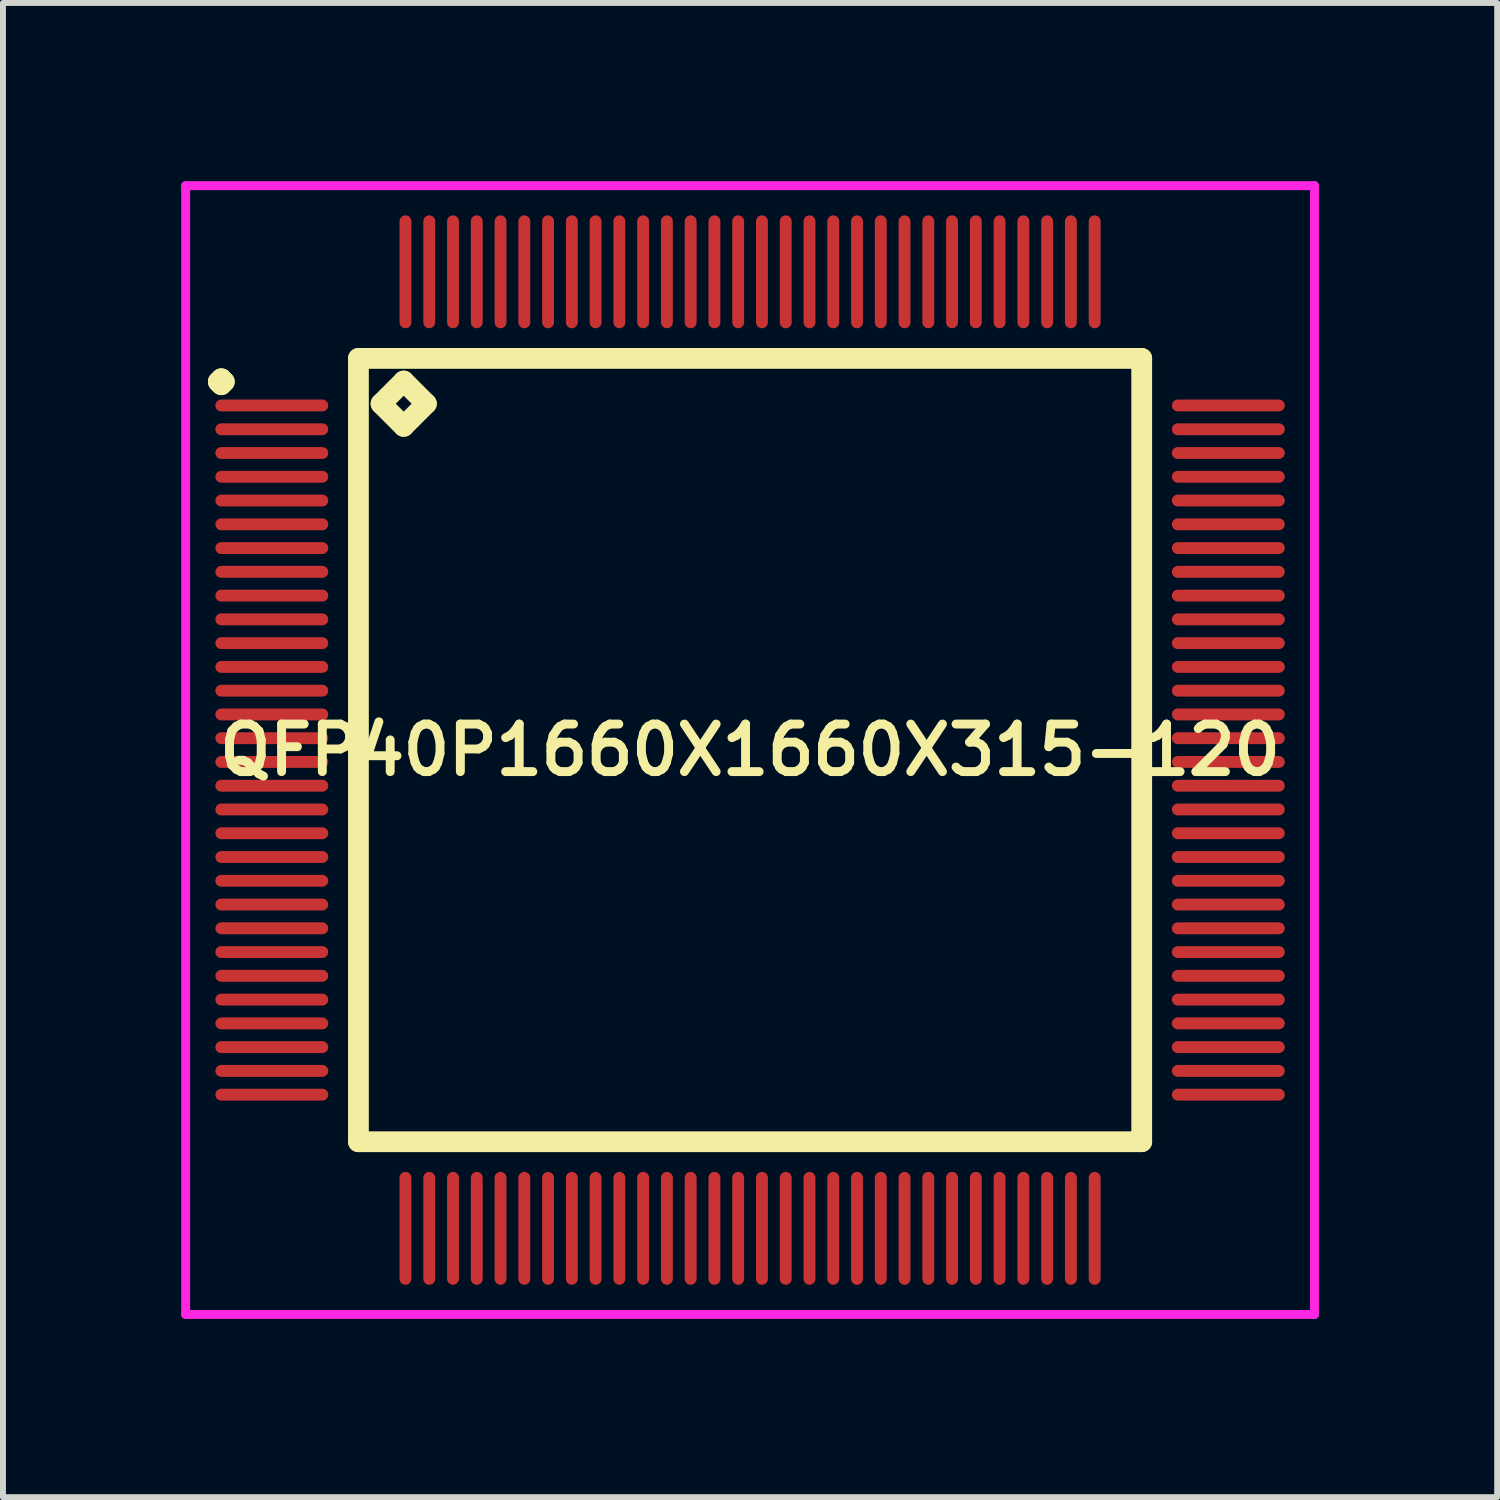
<source format=kicad_pcb>
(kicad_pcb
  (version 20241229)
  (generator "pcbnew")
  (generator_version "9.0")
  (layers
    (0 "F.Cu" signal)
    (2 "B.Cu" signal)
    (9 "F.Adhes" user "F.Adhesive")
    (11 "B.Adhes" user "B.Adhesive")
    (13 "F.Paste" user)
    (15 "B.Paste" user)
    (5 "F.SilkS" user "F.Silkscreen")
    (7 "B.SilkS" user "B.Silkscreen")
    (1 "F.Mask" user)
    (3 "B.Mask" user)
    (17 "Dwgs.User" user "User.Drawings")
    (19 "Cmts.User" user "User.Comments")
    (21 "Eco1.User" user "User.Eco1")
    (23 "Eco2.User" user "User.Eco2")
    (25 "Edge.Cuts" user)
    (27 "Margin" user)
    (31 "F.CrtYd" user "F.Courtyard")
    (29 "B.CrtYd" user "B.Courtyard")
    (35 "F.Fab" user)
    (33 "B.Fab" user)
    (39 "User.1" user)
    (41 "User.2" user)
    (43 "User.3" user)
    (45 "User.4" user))
  (footprint "QFP40P1660X1660X315-120"
    (layer "F.Cu")
    (at 9.575 9.575)
    (property "Reference" "QFP40P1660X1660X315-120" (at 0 0 0) (layer "F.SilkS") (effects (font (size 0.8 0.8) (thickness 0.15))))
    (attr smd)
    (fp_line (start -8.95 -6.2) (end -8.9 -6.25) (stroke (width 0.35) (type solid)) (layer "F.SilkS"))
    (fp_line (start -8.9 -6.25) (end -8.85 -6.2) (stroke (width 0.35) (type solid)) (layer "F.SilkS"))
    (fp_line (start -8.9 -6.15) (end -8.95 -6.2) (stroke (width 0.35) (type solid)) (layer "F.SilkS"))
    (fp_line (start -8.85 -6.2) (end -8.9 -6.15) (stroke (width 0.35) (type solid)) (layer "F.SilkS"))
    (fp_line (start -6.592 -6.592) (end -6.592 6.592) (stroke (width 0.35) (type solid)) (layer "F.SilkS"))
    (fp_line (start -6.592 6.592) (end 6.592 6.592) (stroke (width 0.35) (type solid)) (layer "F.SilkS"))
    (fp_line (start -6.211 -5.83) (end -5.83 -6.211) (stroke (width 0.35) (type solid)) (layer "F.SilkS"))
    (fp_line (start -5.83 -6.211) (end -5.449 -5.83) (stroke (width 0.35) (type solid)) (layer "F.SilkS"))
    (fp_line (start -5.83 -5.449) (end -6.211 -5.83) (stroke (width 0.35) (type solid)) (layer "F.SilkS"))
    (fp_line (start -5.449 -5.83) (end -5.83 -5.449) (stroke (width 0.35) (type solid)) (layer "F.SilkS"))
    (fp_line (start 6.592 -6.592) (end -6.592 -6.592) (stroke (width 0.35) (type solid)) (layer "F.SilkS"))
    (fp_line (start 6.592 6.592) (end 6.592 -6.592) (stroke (width 0.35) (type solid)) (layer "F.SilkS"))
    (fp_line (start -9.5 -9.5) (end 9.5 -9.5) (stroke (width 0.15) (type solid)) (layer "F.CrtYd"))
    (fp_line (start -9.5 9.5) (end -9.5 -9.5) (stroke (width 0.15) (type solid)) (layer "F.CrtYd"))
    (fp_line (start 9.5 -9.5) (end 9.5 9.5) (stroke (width 0.15) (type solid)) (layer "F.CrtYd"))
    (fp_line (start 9.5 9.5) (end -9.5 9.5) (stroke (width 0.15) (type solid)) (layer "F.CrtYd"))
    (pad "1" smd oval (at -8.05 -5.8) (size 1.9 0.2) (layers "F.Cu" "F.Mask" "F.Paste"))
    (pad "2" smd oval (at -8.05 -5.4) (size 1.9 0.2) (layers "F.Cu" "F.Mask" "F.Paste"))
    (pad "3" smd oval (at -8.05 -5) (size 1.9 0.2) (layers "F.Cu" "F.Mask" "F.Paste"))
    (pad "4" smd oval (at -8.05 -4.6) (size 1.9 0.2) (layers "F.Cu" "F.Mask" "F.Paste"))
    (pad "5" smd oval (at -8.05 -4.2) (size 1.9 0.2) (layers "F.Cu" "F.Mask" "F.Paste"))
    (pad "6" smd oval (at -8.05 -3.8) (size 1.9 0.2) (layers "F.Cu" "F.Mask" "F.Paste"))
    (pad "7" smd oval (at -8.05 -3.4) (size 1.9 0.2) (layers "F.Cu" "F.Mask" "F.Paste"))
    (pad "8" smd oval (at -8.05 -3) (size 1.9 0.2) (layers "F.Cu" "F.Mask" "F.Paste"))
    (pad "9" smd oval (at -8.05 -2.6) (size 1.9 0.2) (layers "F.Cu" "F.Mask" "F.Paste"))
    (pad "10" smd oval (at -8.05 -2.2) (size 1.9 0.2) (layers "F.Cu" "F.Mask" "F.Paste"))
    (pad "11" smd oval (at -8.05 -1.8) (size 1.9 0.2) (layers "F.Cu" "F.Mask" "F.Paste"))
    (pad "12" smd oval (at -8.05 -1.4) (size 1.9 0.2) (layers "F.Cu" "F.Mask" "F.Paste"))
    (pad "13" smd oval (at -8.05 -1) (size 1.9 0.2) (layers "F.Cu" "F.Mask" "F.Paste"))
    (pad "14" smd oval (at -8.05 -0.6) (size 1.9 0.2) (layers "F.Cu" "F.Mask" "F.Paste"))
    (pad "15" smd oval (at -8.05 -0.2) (size 1.9 0.2) (layers "F.Cu" "F.Mask" "F.Paste"))
    (pad "16" smd oval (at -8.05 0.2) (size 1.9 0.2) (layers "F.Cu" "F.Mask" "F.Paste"))
    (pad "17" smd oval (at -8.05 0.6) (size 1.9 0.2) (layers "F.Cu" "F.Mask" "F.Paste"))
    (pad "18" smd oval (at -8.05 1) (size 1.9 0.2) (layers "F.Cu" "F.Mask" "F.Paste"))
    (pad "19" smd oval (at -8.05 1.4) (size 1.9 0.2) (layers "F.Cu" "F.Mask" "F.Paste"))
    (pad "20" smd oval (at -8.05 1.8) (size 1.9 0.2) (layers "F.Cu" "F.Mask" "F.Paste"))
    (pad "21" smd oval (at -8.05 2.2) (size 1.9 0.2) (layers "F.Cu" "F.Mask" "F.Paste"))
    (pad "22" smd oval (at -8.05 2.6) (size 1.9 0.2) (layers "F.Cu" "F.Mask" "F.Paste"))
    (pad "23" smd oval (at -8.05 3) (size 1.9 0.2) (layers "F.Cu" "F.Mask" "F.Paste"))
    (pad "24" smd oval (at -8.05 3.4) (size 1.9 0.2) (layers "F.Cu" "F.Mask" "F.Paste"))
    (pad "25" smd oval (at -8.05 3.8) (size 1.9 0.2) (layers "F.Cu" "F.Mask" "F.Paste"))
    (pad "26" smd oval (at -8.05 4.2) (size 1.9 0.2) (layers "F.Cu" "F.Mask" "F.Paste"))
    (pad "27" smd oval (at -8.05 4.6) (size 1.9 0.2) (layers "F.Cu" "F.Mask" "F.Paste"))
    (pad "28" smd oval (at -8.05 5) (size 1.9 0.2) (layers "F.Cu" "F.Mask" "F.Paste"))
    (pad "29" smd oval (at -8.05 5.4) (size 1.9 0.2) (layers "F.Cu" "F.Mask" "F.Paste"))
    (pad "30" smd oval (at -8.05 5.8) (size 1.9 0.2) (layers "F.Cu" "F.Mask" "F.Paste"))
    (pad "31" smd oval (at -5.8 8.05) (size 0.2 1.9) (layers "F.Cu" "F.Mask" "F.Paste"))
    (pad "32" smd oval (at -5.4 8.05) (size 0.2 1.9) (layers "F.Cu" "F.Mask" "F.Paste"))
    (pad "33" smd oval (at -5 8.05) (size 0.2 1.9) (layers "F.Cu" "F.Mask" "F.Paste"))
    (pad "34" smd oval (at -4.6 8.05) (size 0.2 1.9) (layers "F.Cu" "F.Mask" "F.Paste"))
    (pad "35" smd oval (at -4.2 8.05) (size 0.2 1.9) (layers "F.Cu" "F.Mask" "F.Paste"))
    (pad "36" smd oval (at -3.8 8.05) (size 0.2 1.9) (layers "F.Cu" "F.Mask" "F.Paste"))
    (pad "37" smd oval (at -3.4 8.05) (size 0.2 1.9) (layers "F.Cu" "F.Mask" "F.Paste"))
    (pad "38" smd oval (at -3 8.05) (size 0.2 1.9) (layers "F.Cu" "F.Mask" "F.Paste"))
    (pad "39" smd oval (at -2.6 8.05) (size 0.2 1.9) (layers "F.Cu" "F.Mask" "F.Paste"))
    (pad "40" smd oval (at -2.2 8.05) (size 0.2 1.9) (layers "F.Cu" "F.Mask" "F.Paste"))
    (pad "41" smd oval (at -1.8 8.05) (size 0.2 1.9) (layers "F.Cu" "F.Mask" "F.Paste"))
    (pad "42" smd oval (at -1.4 8.05) (size 0.2 1.9) (layers "F.Cu" "F.Mask" "F.Paste"))
    (pad "43" smd oval (at -1 8.05) (size 0.2 1.9) (layers "F.Cu" "F.Mask" "F.Paste"))
    (pad "44" smd oval (at -0.6 8.05) (size 0.2 1.9) (layers "F.Cu" "F.Mask" "F.Paste"))
    (pad "45" smd oval (at -0.2 8.05) (size 0.2 1.9) (layers "F.Cu" "F.Mask" "F.Paste"))
    (pad "46" smd oval (at 0.2 8.05) (size 0.2 1.9) (layers "F.Cu" "F.Mask" "F.Paste"))
    (pad "47" smd oval (at 0.6 8.05) (size 0.2 1.9) (layers "F.Cu" "F.Mask" "F.Paste"))
    (pad "48" smd oval (at 1 8.05) (size 0.2 1.9) (layers "F.Cu" "F.Mask" "F.Paste"))
    (pad "49" smd oval (at 1.4 8.05) (size 0.2 1.9) (layers "F.Cu" "F.Mask" "F.Paste"))
    (pad "50" smd oval (at 1.8 8.05) (size 0.2 1.9) (layers "F.Cu" "F.Mask" "F.Paste"))
    (pad "51" smd oval (at 2.2 8.05) (size 0.2 1.9) (layers "F.Cu" "F.Mask" "F.Paste"))
    (pad "52" smd oval (at 2.6 8.05) (size 0.2 1.9) (layers "F.Cu" "F.Mask" "F.Paste"))
    (pad "53" smd oval (at 3 8.05) (size 0.2 1.9) (layers "F.Cu" "F.Mask" "F.Paste"))
    (pad "54" smd oval (at 3.4 8.05) (size 0.2 1.9) (layers "F.Cu" "F.Mask" "F.Paste"))
    (pad "55" smd oval (at 3.8 8.05) (size 0.2 1.9) (layers "F.Cu" "F.Mask" "F.Paste"))
    (pad "56" smd oval (at 4.2 8.05) (size 0.2 1.9) (layers "F.Cu" "F.Mask" "F.Paste"))
    (pad "57" smd oval (at 4.6 8.05) (size 0.2 1.9) (layers "F.Cu" "F.Mask" "F.Paste"))
    (pad "58" smd oval (at 5 8.05) (size 0.2 1.9) (layers "F.Cu" "F.Mask" "F.Paste"))
    (pad "59" smd oval (at 5.4 8.05) (size 0.2 1.9) (layers "F.Cu" "F.Mask" "F.Paste"))
    (pad "60" smd oval (at 5.8 8.05) (size 0.2 1.9) (layers "F.Cu" "F.Mask" "F.Paste"))
    (pad "61" smd oval (at 8.05 5.8) (size 1.9 0.2) (layers "F.Cu" "F.Mask" "F.Paste"))
    (pad "62" smd oval (at 8.05 5.4) (size 1.9 0.2) (layers "F.Cu" "F.Mask" "F.Paste"))
    (pad "63" smd oval (at 8.05 5) (size 1.9 0.2) (layers "F.Cu" "F.Mask" "F.Paste"))
    (pad "64" smd oval (at 8.05 4.6) (size 1.9 0.2) (layers "F.Cu" "F.Mask" "F.Paste"))
    (pad "65" smd oval (at 8.05 4.2) (size 1.9 0.2) (layers "F.Cu" "F.Mask" "F.Paste"))
    (pad "66" smd oval (at 8.05 3.8) (size 1.9 0.2) (layers "F.Cu" "F.Mask" "F.Paste"))
    (pad "67" smd oval (at 8.05 3.4) (size 1.9 0.2) (layers "F.Cu" "F.Mask" "F.Paste"))
    (pad "68" smd oval (at 8.05 3) (size 1.9 0.2) (layers "F.Cu" "F.Mask" "F.Paste"))
    (pad "69" smd oval (at 8.05 2.6) (size 1.9 0.2) (layers "F.Cu" "F.Mask" "F.Paste"))
    (pad "70" smd oval (at 8.05 2.2) (size 1.9 0.2) (layers "F.Cu" "F.Mask" "F.Paste"))
    (pad "71" smd oval (at 8.05 1.8) (size 1.9 0.2) (layers "F.Cu" "F.Mask" "F.Paste"))
    (pad "72" smd oval (at 8.05 1.4) (size 1.9 0.2) (layers "F.Cu" "F.Mask" "F.Paste"))
    (pad "73" smd oval (at 8.05 1) (size 1.9 0.2) (layers "F.Cu" "F.Mask" "F.Paste"))
    (pad "74" smd oval (at 8.05 0.6) (size 1.9 0.2) (layers "F.Cu" "F.Mask" "F.Paste"))
    (pad "75" smd oval (at 8.05 0.2) (size 1.9 0.2) (layers "F.Cu" "F.Mask" "F.Paste"))
    (pad "76" smd oval (at 8.05 -0.2) (size 1.9 0.2) (layers "F.Cu" "F.Mask" "F.Paste"))
    (pad "77" smd oval (at 8.05 -0.6) (size 1.9 0.2) (layers "F.Cu" "F.Mask" "F.Paste"))
    (pad "78" smd oval (at 8.05 -1) (size 1.9 0.2) (layers "F.Cu" "F.Mask" "F.Paste"))
    (pad "79" smd oval (at 8.05 -1.4) (size 1.9 0.2) (layers "F.Cu" "F.Mask" "F.Paste"))
    (pad "80" smd oval (at 8.05 -1.8) (size 1.9 0.2) (layers "F.Cu" "F.Mask" "F.Paste"))
    (pad "81" smd oval (at 8.05 -2.2) (size 1.9 0.2) (layers "F.Cu" "F.Mask" "F.Paste"))
    (pad "82" smd oval (at 8.05 -2.6) (size 1.9 0.2) (layers "F.Cu" "F.Mask" "F.Paste"))
    (pad "83" smd oval (at 8.05 -3) (size 1.9 0.2) (layers "F.Cu" "F.Mask" "F.Paste"))
    (pad "84" smd oval (at 8.05 -3.4) (size 1.9 0.2) (layers "F.Cu" "F.Mask" "F.Paste"))
    (pad "85" smd oval (at 8.05 -3.8) (size 1.9 0.2) (layers "F.Cu" "F.Mask" "F.Paste"))
    (pad "86" smd oval (at 8.05 -4.2) (size 1.9 0.2) (layers "F.Cu" "F.Mask" "F.Paste"))
    (pad "87" smd oval (at 8.05 -4.6) (size 1.9 0.2) (layers "F.Cu" "F.Mask" "F.Paste"))
    (pad "88" smd oval (at 8.05 -5) (size 1.9 0.2) (layers "F.Cu" "F.Mask" "F.Paste"))
    (pad "89" smd oval (at 8.05 -5.4) (size 1.9 0.2) (layers "F.Cu" "F.Mask" "F.Paste"))
    (pad "90" smd oval (at 8.05 -5.8) (size 1.9 0.2) (layers "F.Cu" "F.Mask" "F.Paste"))
    (pad "91" smd oval (at 5.8 -8.05) (size 0.2 1.9) (layers "F.Cu" "F.Mask" "F.Paste"))
    (pad "92" smd oval (at 5.4 -8.05) (size 0.2 1.9) (layers "F.Cu" "F.Mask" "F.Paste"))
    (pad "93" smd oval (at 5 -8.05) (size 0.2 1.9) (layers "F.Cu" "F.Mask" "F.Paste"))
    (pad "94" smd oval (at 4.6 -8.05) (size 0.2 1.9) (layers "F.Cu" "F.Mask" "F.Paste"))
    (pad "95" smd oval (at 4.2 -8.05) (size 0.2 1.9) (layers "F.Cu" "F.Mask" "F.Paste"))
    (pad "96" smd oval (at 3.8 -8.05) (size 0.2 1.9) (layers "F.Cu" "F.Mask" "F.Paste"))
    (pad "97" smd oval (at 3.4 -8.05) (size 0.2 1.9) (layers "F.Cu" "F.Mask" "F.Paste"))
    (pad "98" smd oval (at 3 -8.05) (size 0.2 1.9) (layers "F.Cu" "F.Mask" "F.Paste"))
    (pad "99" smd oval (at 2.6 -8.05) (size 0.2 1.9) (layers "F.Cu" "F.Mask" "F.Paste"))
    (pad "100" smd oval (at 2.2 -8.05) (size 0.2 1.9) (layers "F.Cu" "F.Mask" "F.Paste"))
    (pad "101" smd oval (at 1.8 -8.05) (size 0.2 1.9) (layers "F.Cu" "F.Mask" "F.Paste"))
    (pad "102" smd oval (at 1.4 -8.05) (size 0.2 1.9) (layers "F.Cu" "F.Mask" "F.Paste"))
    (pad "103" smd oval (at 1 -8.05) (size 0.2 1.9) (layers "F.Cu" "F.Mask" "F.Paste"))
    (pad "104" smd oval (at 0.6 -8.05) (size 0.2 1.9) (layers "F.Cu" "F.Mask" "F.Paste"))
    (pad "105" smd oval (at 0.2 -8.05) (size 0.2 1.9) (layers "F.Cu" "F.Mask" "F.Paste"))
    (pad "106" smd oval (at -0.2 -8.05) (size 0.2 1.9) (layers "F.Cu" "F.Mask" "F.Paste"))
    (pad "107" smd oval (at -0.6 -8.05) (size 0.2 1.9) (layers "F.Cu" "F.Mask" "F.Paste"))
    (pad "108" smd oval (at -1 -8.05) (size 0.2 1.9) (layers "F.Cu" "F.Mask" "F.Paste"))
    (pad "109" smd oval (at -1.4 -8.05) (size 0.2 1.9) (layers "F.Cu" "F.Mask" "F.Paste"))
    (pad "110" smd oval (at -1.8 -8.05) (size 0.2 1.9) (layers "F.Cu" "F.Mask" "F.Paste"))
    (pad "111" smd oval (at -2.2 -8.05) (size 0.2 1.9) (layers "F.Cu" "F.Mask" "F.Paste"))
    (pad "112" smd oval (at -2.6 -8.05) (size 0.2 1.9) (layers "F.Cu" "F.Mask" "F.Paste"))
    (pad "113" smd oval (at -3 -8.05) (size 0.2 1.9) (layers "F.Cu" "F.Mask" "F.Paste"))
    (pad "114" smd oval (at -3.4 -8.05) (size 0.2 1.9) (layers "F.Cu" "F.Mask" "F.Paste"))
    (pad "115" smd oval (at -3.8 -8.05) (size 0.2 1.9) (layers "F.Cu" "F.Mask" "F.Paste"))
    (pad "116" smd oval (at -4.2 -8.05) (size 0.2 1.9) (layers "F.Cu" "F.Mask" "F.Paste"))
    (pad "117" smd oval (at -4.6 -8.05) (size 0.2 1.9) (layers "F.Cu" "F.Mask" "F.Paste"))
    (pad "118" smd oval (at -5 -8.05) (size 0.2 1.9) (layers "F.Cu" "F.Mask" "F.Paste"))
    (pad "119" smd oval (at -5.4 -8.05) (size 0.2 1.9) (layers "F.Cu" "F.Mask" "F.Paste"))
    (pad "120" smd oval (at -5.8 -8.05) (size 0.2 1.9) (layers "F.Cu" "F.Mask" "F.Paste")))
  (gr_rect
    (start -3 -3)
    (end 22.15 22.15)
    (stroke (width 0.1) (type default))
    (fill no)
    (layer "Edge.Cuts")))
</source>
